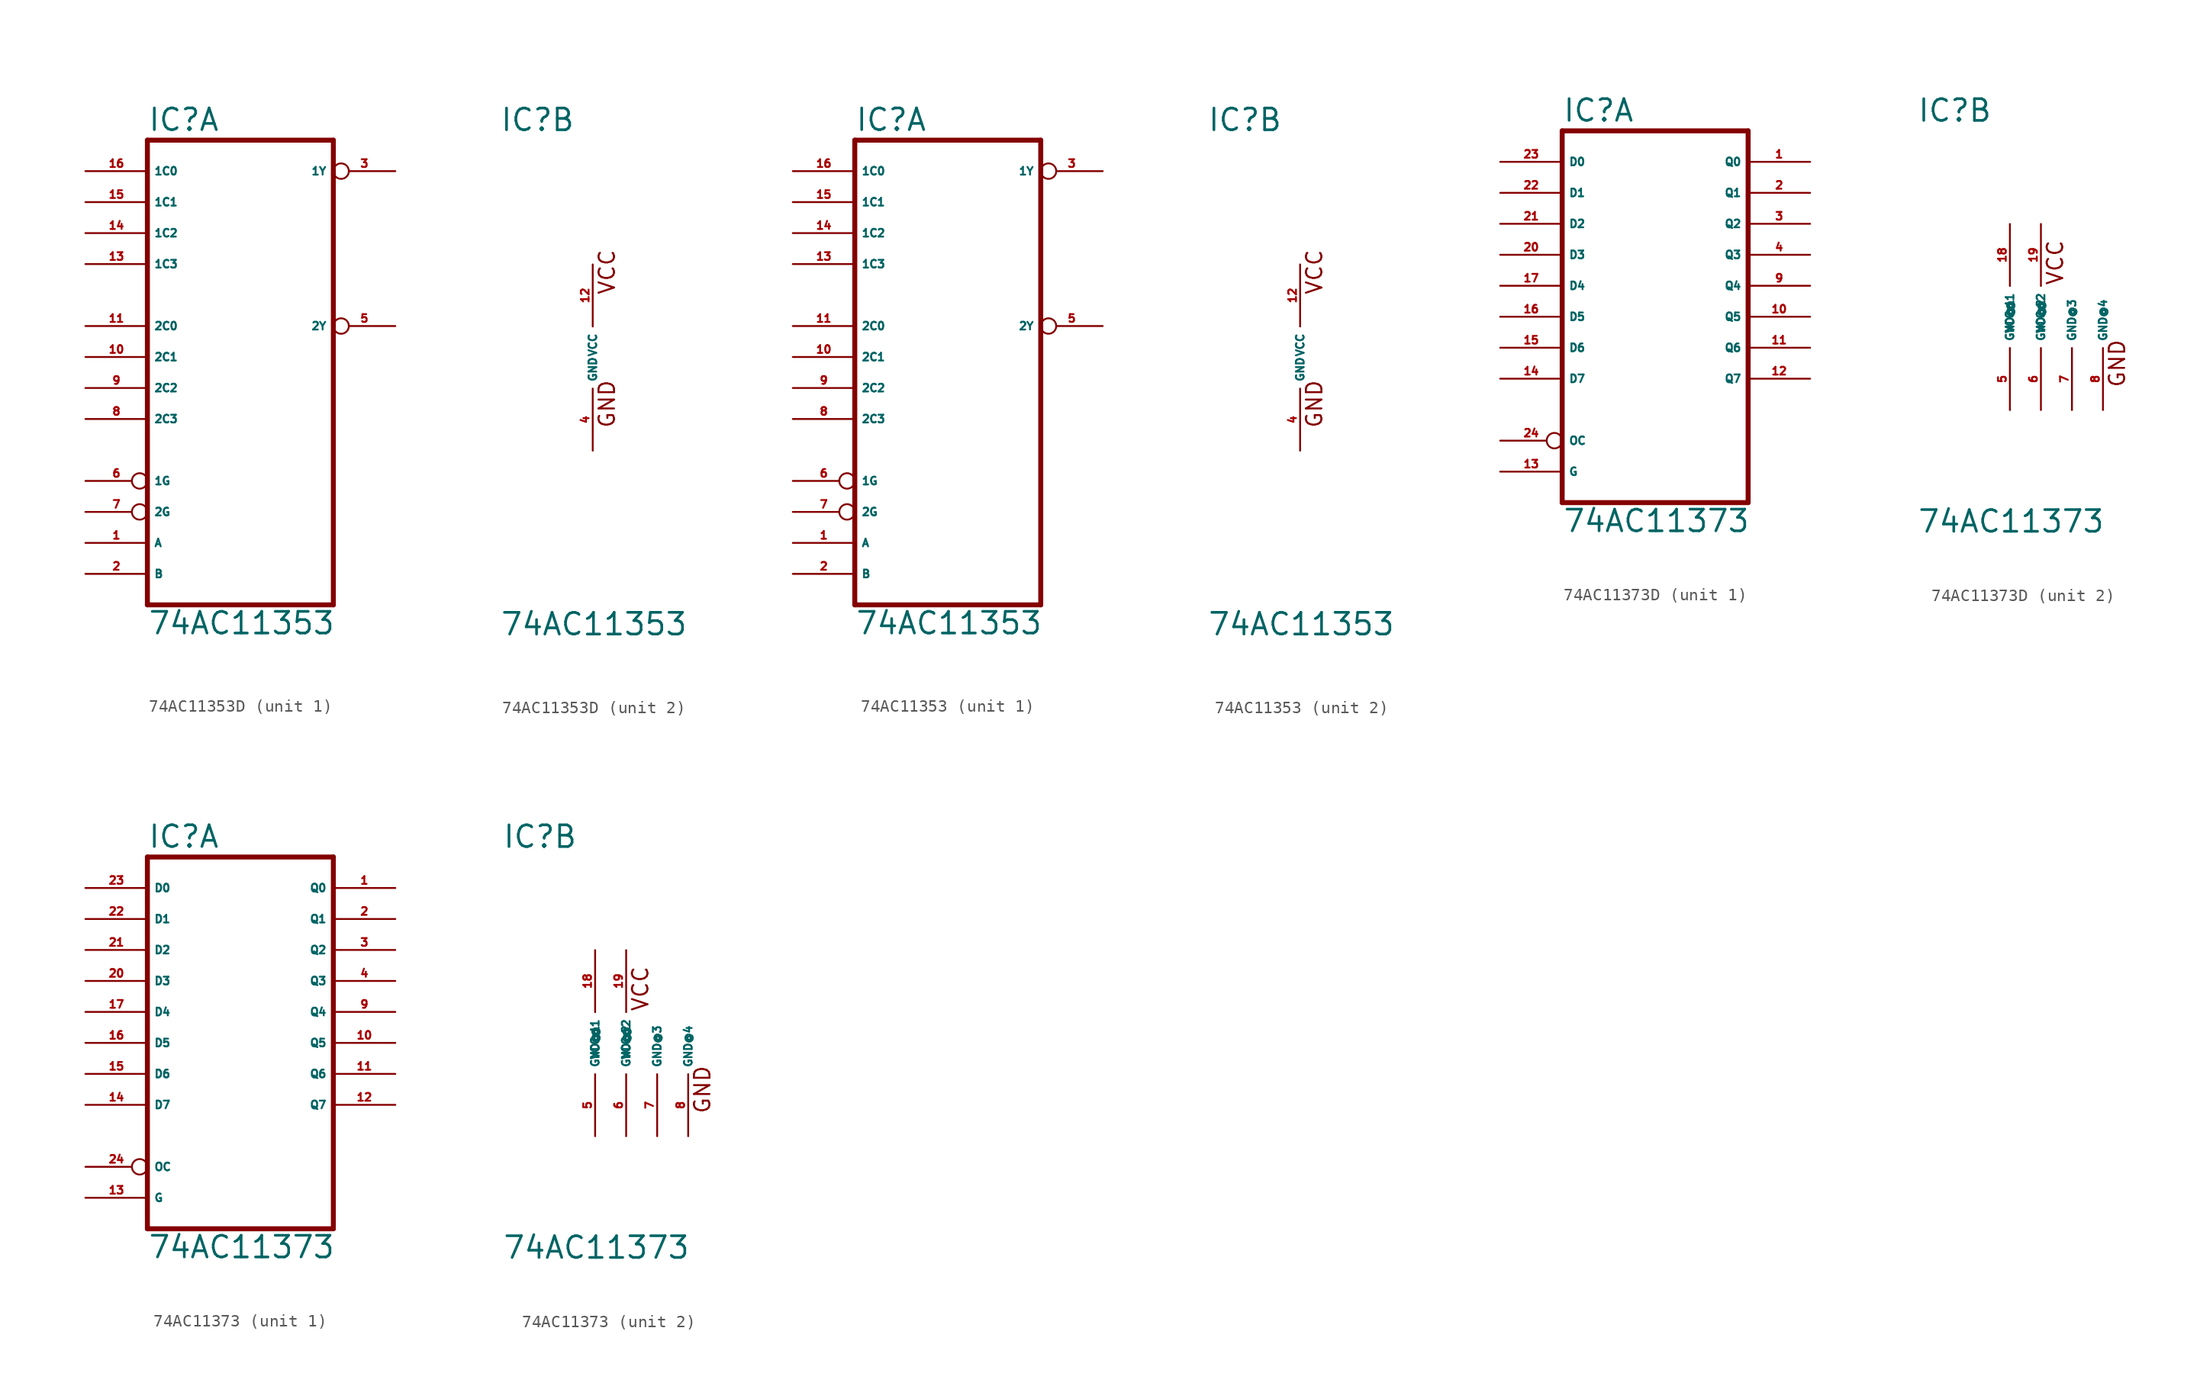
<source format=kicad_sym>
(kicad_symbol_lib
  (version 20220914)
  (generator Eagle2Kicad)
  (symbol "74AC11353D"
    (property "Reference" "IC"
      (at -7.62 18.415 0)
      (effects (font (size 1.778 1.778) (thickness 0.22)) (justify left bottom)))
    (property "Value" "74AC11353"
      (at -7.62 -22.86 0)
      (effects (font (size 1.778 1.778) (thickness 0.22)) (justify left bottom)))
    (symbol "74AC11353D_1_0"
      (polyline (pts (xy -7.62 -20.32) (xy 7.62 -20.32)) (stroke (width 0.406) (type default)) (fill (type none)))
      (polyline (pts (xy 7.62 -20.32) (xy 7.62 17.78)) (stroke (width 0.406) (type default)) (fill (type none)))
      (polyline (pts (xy 7.62 17.78) (xy -7.62 17.78)) (stroke (width 0.406) (type default)) (fill (type none)))
      (polyline (pts (xy -7.62 17.78) (xy -7.62 -20.32)) (stroke (width 0.406) (type default)) (fill (type none)))
      (pin input line (at -12.7 -15.24 0) (length 5.08) (name "A" (effects (font (size 0.635 0.635) (thickness 0.08)) (justify left bottom))) (number "1" (effects (font (size 0.635 0.635) (thickness 0.08)) (justify left bottom))))
      (pin input line (at -12.7 -17.78 0) (length 5.08) (name "B" (effects (font (size 0.635 0.635) (thickness 0.08)) (justify left bottom))) (number "2" (effects (font (size 0.635 0.635) (thickness 0.08)) (justify left bottom))))
      (pin tri_state inverted (at 12.7 15.24 180) (length 5.08) (name "1Y" (effects (font (size 0.635 0.635) (thickness 0.08)) (justify left bottom))) (number "3" (effects (font (size 0.635 0.635) (thickness 0.08)) (justify left bottom))))
      (pin tri_state inverted (at 12.7 2.54 180) (length 5.08) (name "2Y" (effects (font (size 0.635 0.635) (thickness 0.08)) (justify left bottom))) (number "5" (effects (font (size 0.635 0.635) (thickness 0.08)) (justify left bottom))))
      (pin input inverted (at -12.7 -10.16 0) (length 5.08) (name "1G" (effects (font (size 0.635 0.635) (thickness 0.08)) (justify left bottom))) (number "6" (effects (font (size 0.635 0.635) (thickness 0.08)) (justify left bottom))))
      (pin input inverted (at -12.7 -12.7 0) (length 5.08) (name "2G" (effects (font (size 0.635 0.635) (thickness 0.08)) (justify left bottom))) (number "7" (effects (font (size 0.635 0.635) (thickness 0.08)) (justify left bottom))))
      (pin input line (at -12.7 -5.08 0) (length 5.08) (name "2C3" (effects (font (size 0.635 0.635) (thickness 0.08)) (justify left bottom))) (number "8" (effects (font (size 0.635 0.635) (thickness 0.08)) (justify left bottom))))
      (pin input line (at -12.7 -2.54 0) (length 5.08) (name "2C2" (effects (font (size 0.635 0.635) (thickness 0.08)) (justify left bottom))) (number "9" (effects (font (size 0.635 0.635) (thickness 0.08)) (justify left bottom))))
      (pin input line (at -12.7 0 0) (length 5.08) (name "2C1" (effects (font (size 0.635 0.635) (thickness 0.08)) (justify left bottom))) (number "10" (effects (font (size 0.635 0.635) (thickness 0.08)) (justify left bottom))))
      (pin input line (at -12.7 2.54 0) (length 5.08) (name "2C0" (effects (font (size 0.635 0.635) (thickness 0.08)) (justify left bottom))) (number "11" (effects (font (size 0.635 0.635) (thickness 0.08)) (justify left bottom))))
      (pin input line (at -12.7 7.62 0) (length 5.08) (name "1C3" (effects (font (size 0.635 0.635) (thickness 0.08)) (justify left bottom))) (number "13" (effects (font (size 0.635 0.635) (thickness 0.08)) (justify left bottom))))
      (pin input line (at -12.7 10.16 0) (length 5.08) (name "1C2" (effects (font (size 0.635 0.635) (thickness 0.08)) (justify left bottom))) (number "14" (effects (font (size 0.635 0.635) (thickness 0.08)) (justify left bottom))))
      (pin input line (at -12.7 12.7 0) (length 5.08) (name "1C1" (effects (font (size 0.635 0.635) (thickness 0.08)) (justify left bottom))) (number "15" (effects (font (size 0.635 0.635) (thickness 0.08)) (justify left bottom))))
      (pin input line (at -12.7 15.24 0) (length 5.08) (name "1C0" (effects (font (size 0.635 0.635) (thickness 0.08)) (justify left bottom))) (number "16" (effects (font (size 0.635 0.635) (thickness 0.08)) (justify left bottom)))))
    (symbol "74AC11353D_2_0"
      (text "GND" (at 1.905 -5.842 900) (effects (font (size 1.27 1.27) (thickness 0.16)) (justify left bottom)))
      (text "VCC" (at 1.905 5.08 900) (effects (font (size 1.27 1.27) (thickness 0.16)) (justify left bottom)))
      (pin unspecified line (at 0 -7.62 90) (length 5.08) (name "GND" (effects (font (size 0.635 0.635) (thickness 0.08)) (justify left bottom))) (number "4" (effects (font (size 0.635 0.635) (thickness 0.08)) (justify left bottom))))
      (pin unspecified line (at 0 7.62 270) (length 5.08) (name "VCC" (effects (font (size 0.635 0.635) (thickness 0.08)) (justify left bottom))) (number "12" (effects (font (size 0.635 0.635) (thickness 0.08)) (justify left bottom))))))
  (symbol "74AC11353"
    (property "Reference" "IC"
      (at -7.62 18.415 0)
      (effects (font (size 1.778 1.778) (thickness 0.22)) (justify left bottom)))
    (property "Value" "74AC11353"
      (at -7.62 -22.86 0)
      (effects (font (size 1.778 1.778) (thickness 0.22)) (justify left bottom)))
    (symbol "74AC11353_1_0"
      (polyline (pts (xy -7.62 -20.32) (xy 7.62 -20.32)) (stroke (width 0.406) (type default)) (fill (type none)))
      (polyline (pts (xy 7.62 -20.32) (xy 7.62 17.78)) (stroke (width 0.406) (type default)) (fill (type none)))
      (polyline (pts (xy 7.62 17.78) (xy -7.62 17.78)) (stroke (width 0.406) (type default)) (fill (type none)))
      (polyline (pts (xy -7.62 17.78) (xy -7.62 -20.32)) (stroke (width 0.406) (type default)) (fill (type none)))
      (pin input line (at -12.7 -15.24 0) (length 5.08) (name "A" (effects (font (size 0.635 0.635) (thickness 0.08)) (justify left bottom))) (number "1" (effects (font (size 0.635 0.635) (thickness 0.08)) (justify left bottom))))
      (pin input line (at -12.7 -17.78 0) (length 5.08) (name "B" (effects (font (size 0.635 0.635) (thickness 0.08)) (justify left bottom))) (number "2" (effects (font (size 0.635 0.635) (thickness 0.08)) (justify left bottom))))
      (pin tri_state inverted (at 12.7 15.24 180) (length 5.08) (name "1Y" (effects (font (size 0.635 0.635) (thickness 0.08)) (justify left bottom))) (number "3" (effects (font (size 0.635 0.635) (thickness 0.08)) (justify left bottom))))
      (pin tri_state inverted (at 12.7 2.54 180) (length 5.08) (name "2Y" (effects (font (size 0.635 0.635) (thickness 0.08)) (justify left bottom))) (number "5" (effects (font (size 0.635 0.635) (thickness 0.08)) (justify left bottom))))
      (pin input inverted (at -12.7 -10.16 0) (length 5.08) (name "1G" (effects (font (size 0.635 0.635) (thickness 0.08)) (justify left bottom))) (number "6" (effects (font (size 0.635 0.635) (thickness 0.08)) (justify left bottom))))
      (pin input inverted (at -12.7 -12.7 0) (length 5.08) (name "2G" (effects (font (size 0.635 0.635) (thickness 0.08)) (justify left bottom))) (number "7" (effects (font (size 0.635 0.635) (thickness 0.08)) (justify left bottom))))
      (pin input line (at -12.7 -5.08 0) (length 5.08) (name "2C3" (effects (font (size 0.635 0.635) (thickness 0.08)) (justify left bottom))) (number "8" (effects (font (size 0.635 0.635) (thickness 0.08)) (justify left bottom))))
      (pin input line (at -12.7 -2.54 0) (length 5.08) (name "2C2" (effects (font (size 0.635 0.635) (thickness 0.08)) (justify left bottom))) (number "9" (effects (font (size 0.635 0.635) (thickness 0.08)) (justify left bottom))))
      (pin input line (at -12.7 0 0) (length 5.08) (name "2C1" (effects (font (size 0.635 0.635) (thickness 0.08)) (justify left bottom))) (number "10" (effects (font (size 0.635 0.635) (thickness 0.08)) (justify left bottom))))
      (pin input line (at -12.7 2.54 0) (length 5.08) (name "2C0" (effects (font (size 0.635 0.635) (thickness 0.08)) (justify left bottom))) (number "11" (effects (font (size 0.635 0.635) (thickness 0.08)) (justify left bottom))))
      (pin input line (at -12.7 7.62 0) (length 5.08) (name "1C3" (effects (font (size 0.635 0.635) (thickness 0.08)) (justify left bottom))) (number "13" (effects (font (size 0.635 0.635) (thickness 0.08)) (justify left bottom))))
      (pin input line (at -12.7 10.16 0) (length 5.08) (name "1C2" (effects (font (size 0.635 0.635) (thickness 0.08)) (justify left bottom))) (number "14" (effects (font (size 0.635 0.635) (thickness 0.08)) (justify left bottom))))
      (pin input line (at -12.7 12.7 0) (length 5.08) (name "1C1" (effects (font (size 0.635 0.635) (thickness 0.08)) (justify left bottom))) (number "15" (effects (font (size 0.635 0.635) (thickness 0.08)) (justify left bottom))))
      (pin input line (at -12.7 15.24 0) (length 5.08) (name "1C0" (effects (font (size 0.635 0.635) (thickness 0.08)) (justify left bottom))) (number "16" (effects (font (size 0.635 0.635) (thickness 0.08)) (justify left bottom)))))
    (symbol "74AC11353_2_0"
      (text "GND" (at 1.905 -5.842 900) (effects (font (size 1.27 1.27) (thickness 0.16)) (justify left bottom)))
      (text "VCC" (at 1.905 5.08 900) (effects (font (size 1.27 1.27) (thickness 0.16)) (justify left bottom)))
      (pin unspecified line (at 0 -7.62 90) (length 5.08) (name "GND" (effects (font (size 0.635 0.635) (thickness 0.08)) (justify left bottom))) (number "4" (effects (font (size 0.635 0.635) (thickness 0.08)) (justify left bottom))))
      (pin unspecified line (at 0 7.62 270) (length 5.08) (name "VCC" (effects (font (size 0.635 0.635) (thickness 0.08)) (justify left bottom))) (number "12" (effects (font (size 0.635 0.635) (thickness 0.08)) (justify left bottom))))))
  (symbol "74AC11373D"
    (property "Reference" "IC"
      (at -7.62 15.875 0)
      (effects (font (size 1.778 1.778) (thickness 0.22)) (justify left bottom)))
    (property "Value" "74AC11373"
      (at -7.62 -17.78 0)
      (effects (font (size 1.778 1.778) (thickness 0.22)) (justify left bottom)))
    (symbol "74AC11373D_1_0"
      (polyline (pts (xy -7.62 -15.24) (xy 7.62 -15.24)) (stroke (width 0.406) (type default)) (fill (type none)))
      (polyline (pts (xy 7.62 -15.24) (xy 7.62 15.24)) (stroke (width 0.406) (type default)) (fill (type none)))
      (polyline (pts (xy 7.62 15.24) (xy -7.62 15.24)) (stroke (width 0.406) (type default)) (fill (type none)))
      (polyline (pts (xy -7.62 15.24) (xy -7.62 -15.24)) (stroke (width 0.406) (type default)) (fill (type none)))
      (pin tri_state line (at 12.7 12.7 180) (length 5.08) (name "Q0" (effects (font (size 0.635 0.635) (thickness 0.08)) (justify left bottom))) (number "1" (effects (font (size 0.635 0.635) (thickness 0.08)) (justify left bottom))))
      (pin tri_state line (at 12.7 10.16 180) (length 5.08) (name "Q1" (effects (font (size 0.635 0.635) (thickness 0.08)) (justify left bottom))) (number "2" (effects (font (size 0.635 0.635) (thickness 0.08)) (justify left bottom))))
      (pin tri_state line (at 12.7 7.62 180) (length 5.08) (name "Q2" (effects (font (size 0.635 0.635) (thickness 0.08)) (justify left bottom))) (number "3" (effects (font (size 0.635 0.635) (thickness 0.08)) (justify left bottom))))
      (pin tri_state line (at 12.7 5.08 180) (length 5.08) (name "Q3" (effects (font (size 0.635 0.635) (thickness 0.08)) (justify left bottom))) (number "4" (effects (font (size 0.635 0.635) (thickness 0.08)) (justify left bottom))))
      (pin tri_state line (at 12.7 2.54 180) (length 5.08) (name "Q4" (effects (font (size 0.635 0.635) (thickness 0.08)) (justify left bottom))) (number "9" (effects (font (size 0.635 0.635) (thickness 0.08)) (justify left bottom))))
      (pin tri_state line (at 12.7 0 180) (length 5.08) (name "Q5" (effects (font (size 0.635 0.635) (thickness 0.08)) (justify left bottom))) (number "10" (effects (font (size 0.635 0.635) (thickness 0.08)) (justify left bottom))))
      (pin tri_state line (at 12.7 -2.54 180) (length 5.08) (name "Q6" (effects (font (size 0.635 0.635) (thickness 0.08)) (justify left bottom))) (number "11" (effects (font (size 0.635 0.635) (thickness 0.08)) (justify left bottom))))
      (pin tri_state line (at 12.7 -5.08 180) (length 5.08) (name "Q7" (effects (font (size 0.635 0.635) (thickness 0.08)) (justify left bottom))) (number "12" (effects (font (size 0.635 0.635) (thickness 0.08)) (justify left bottom))))
      (pin input line (at -12.7 -12.7 0) (length 5.08) (name "G" (effects (font (size 0.635 0.635) (thickness 0.08)) (justify left bottom))) (number "13" (effects (font (size 0.635 0.635) (thickness 0.08)) (justify left bottom))))
      (pin input line (at -12.7 -5.08 0) (length 5.08) (name "D7" (effects (font (size 0.635 0.635) (thickness 0.08)) (justify left bottom))) (number "14" (effects (font (size 0.635 0.635) (thickness 0.08)) (justify left bottom))))
      (pin input line (at -12.7 -2.54 0) (length 5.08) (name "D6" (effects (font (size 0.635 0.635) (thickness 0.08)) (justify left bottom))) (number "15" (effects (font (size 0.635 0.635) (thickness 0.08)) (justify left bottom))))
      (pin input line (at -12.7 0 0) (length 5.08) (name "D5" (effects (font (size 0.635 0.635) (thickness 0.08)) (justify left bottom))) (number "16" (effects (font (size 0.635 0.635) (thickness 0.08)) (justify left bottom))))
      (pin input line (at -12.7 2.54 0) (length 5.08) (name "D4" (effects (font (size 0.635 0.635) (thickness 0.08)) (justify left bottom))) (number "17" (effects (font (size 0.635 0.635) (thickness 0.08)) (justify left bottom))))
      (pin input line (at -12.7 5.08 0) (length 5.08) (name "D3" (effects (font (size 0.635 0.635) (thickness 0.08)) (justify left bottom))) (number "20" (effects (font (size 0.635 0.635) (thickness 0.08)) (justify left bottom))))
      (pin input line (at -12.7 7.62 0) (length 5.08) (name "D2" (effects (font (size 0.635 0.635) (thickness 0.08)) (justify left bottom))) (number "21" (effects (font (size 0.635 0.635) (thickness 0.08)) (justify left bottom))))
      (pin input line (at -12.7 10.16 0) (length 5.08) (name "D1" (effects (font (size 0.635 0.635) (thickness 0.08)) (justify left bottom))) (number "22" (effects (font (size 0.635 0.635) (thickness 0.08)) (justify left bottom))))
      (pin input line (at -12.7 12.7 0) (length 5.08) (name "D0" (effects (font (size 0.635 0.635) (thickness 0.08)) (justify left bottom))) (number "23" (effects (font (size 0.635 0.635) (thickness 0.08)) (justify left bottom))))
      (pin input inverted (at -12.7 -10.16 0) (length 5.08) (name "OC" (effects (font (size 0.635 0.635) (thickness 0.08)) (justify left bottom))) (number "24" (effects (font (size 0.635 0.635) (thickness 0.08)) (justify left bottom)))))
    (symbol "74AC11373D_2_0"
      (text "VCC" (at 4.445 2.54 900) (effects (font (size 1.27 1.27) (thickness 0.16)) (justify left bottom)))
      (text "GND" (at 9.525 -5.842 900) (effects (font (size 1.27 1.27) (thickness 0.16)) (justify left bottom)))
      (pin unspecified line (at 0 -7.62 90) (length 5.08) (name "GND@1" (effects (font (size 0.635 0.635) (thickness 0.08)) (justify left bottom))) (number "5" (effects (font (size 0.635 0.635) (thickness 0.08)) (justify left bottom))))
      (pin unspecified line (at 2.54 -7.62 90) (length 5.08) (name "GND@2" (effects (font (size 0.635 0.635) (thickness 0.08)) (justify left bottom))) (number "6" (effects (font (size 0.635 0.635) (thickness 0.08)) (justify left bottom))))
      (pin unspecified line (at 5.08 -7.62 90) (length 5.08) (name "GND@3" (effects (font (size 0.635 0.635) (thickness 0.08)) (justify left bottom))) (number "7" (effects (font (size 0.635 0.635) (thickness 0.08)) (justify left bottom))))
      (pin unspecified line (at 7.62 -7.62 90) (length 5.08) (name "GND@4" (effects (font (size 0.635 0.635) (thickness 0.08)) (justify left bottom))) (number "8" (effects (font (size 0.635 0.635) (thickness 0.08)) (justify left bottom))))
      (pin unspecified line (at 0 7.62 270) (length 5.08) (name "VCC@1" (effects (font (size 0.635 0.635) (thickness 0.08)) (justify left bottom))) (number "18" (effects (font (size 0.635 0.635) (thickness 0.08)) (justify left bottom))))
      (pin unspecified line (at 2.54 7.62 270) (length 5.08) (name "VCC@2" (effects (font (size 0.635 0.635) (thickness 0.08)) (justify left bottom))) (number "19" (effects (font (size 0.635 0.635) (thickness 0.08)) (justify left bottom))))))
  (symbol "74AC11373"
    (property "Reference" "IC"
      (at -7.62 15.875 0)
      (effects (font (size 1.778 1.778) (thickness 0.22)) (justify left bottom)))
    (property "Value" "74AC11373"
      (at -7.62 -17.78 0)
      (effects (font (size 1.778 1.778) (thickness 0.22)) (justify left bottom)))
    (symbol "74AC11373_1_0"
      (polyline (pts (xy -7.62 -15.24) (xy 7.62 -15.24)) (stroke (width 0.406) (type default)) (fill (type none)))
      (polyline (pts (xy 7.62 -15.24) (xy 7.62 15.24)) (stroke (width 0.406) (type default)) (fill (type none)))
      (polyline (pts (xy 7.62 15.24) (xy -7.62 15.24)) (stroke (width 0.406) (type default)) (fill (type none)))
      (polyline (pts (xy -7.62 15.24) (xy -7.62 -15.24)) (stroke (width 0.406) (type default)) (fill (type none)))
      (pin tri_state line (at 12.7 12.7 180) (length 5.08) (name "Q0" (effects (font (size 0.635 0.635) (thickness 0.08)) (justify left bottom))) (number "1" (effects (font (size 0.635 0.635) (thickness 0.08)) (justify left bottom))))
      (pin tri_state line (at 12.7 10.16 180) (length 5.08) (name "Q1" (effects (font (size 0.635 0.635) (thickness 0.08)) (justify left bottom))) (number "2" (effects (font (size 0.635 0.635) (thickness 0.08)) (justify left bottom))))
      (pin tri_state line (at 12.7 7.62 180) (length 5.08) (name "Q2" (effects (font (size 0.635 0.635) (thickness 0.08)) (justify left bottom))) (number "3" (effects (font (size 0.635 0.635) (thickness 0.08)) (justify left bottom))))
      (pin tri_state line (at 12.7 5.08 180) (length 5.08) (name "Q3" (effects (font (size 0.635 0.635) (thickness 0.08)) (justify left bottom))) (number "4" (effects (font (size 0.635 0.635) (thickness 0.08)) (justify left bottom))))
      (pin tri_state line (at 12.7 2.54 180) (length 5.08) (name "Q4" (effects (font (size 0.635 0.635) (thickness 0.08)) (justify left bottom))) (number "9" (effects (font (size 0.635 0.635) (thickness 0.08)) (justify left bottom))))
      (pin tri_state line (at 12.7 0 180) (length 5.08) (name "Q5" (effects (font (size 0.635 0.635) (thickness 0.08)) (justify left bottom))) (number "10" (effects (font (size 0.635 0.635) (thickness 0.08)) (justify left bottom))))
      (pin tri_state line (at 12.7 -2.54 180) (length 5.08) (name "Q6" (effects (font (size 0.635 0.635) (thickness 0.08)) (justify left bottom))) (number "11" (effects (font (size 0.635 0.635) (thickness 0.08)) (justify left bottom))))
      (pin tri_state line (at 12.7 -5.08 180) (length 5.08) (name "Q7" (effects (font (size 0.635 0.635) (thickness 0.08)) (justify left bottom))) (number "12" (effects (font (size 0.635 0.635) (thickness 0.08)) (justify left bottom))))
      (pin input line (at -12.7 -12.7 0) (length 5.08) (name "G" (effects (font (size 0.635 0.635) (thickness 0.08)) (justify left bottom))) (number "13" (effects (font (size 0.635 0.635) (thickness 0.08)) (justify left bottom))))
      (pin input line (at -12.7 -5.08 0) (length 5.08) (name "D7" (effects (font (size 0.635 0.635) (thickness 0.08)) (justify left bottom))) (number "14" (effects (font (size 0.635 0.635) (thickness 0.08)) (justify left bottom))))
      (pin input line (at -12.7 -2.54 0) (length 5.08) (name "D6" (effects (font (size 0.635 0.635) (thickness 0.08)) (justify left bottom))) (number "15" (effects (font (size 0.635 0.635) (thickness 0.08)) (justify left bottom))))
      (pin input line (at -12.7 0 0) (length 5.08) (name "D5" (effects (font (size 0.635 0.635) (thickness 0.08)) (justify left bottom))) (number "16" (effects (font (size 0.635 0.635) (thickness 0.08)) (justify left bottom))))
      (pin input line (at -12.7 2.54 0) (length 5.08) (name "D4" (effects (font (size 0.635 0.635) (thickness 0.08)) (justify left bottom))) (number "17" (effects (font (size 0.635 0.635) (thickness 0.08)) (justify left bottom))))
      (pin input line (at -12.7 5.08 0) (length 5.08) (name "D3" (effects (font (size 0.635 0.635) (thickness 0.08)) (justify left bottom))) (number "20" (effects (font (size 0.635 0.635) (thickness 0.08)) (justify left bottom))))
      (pin input line (at -12.7 7.62 0) (length 5.08) (name "D2" (effects (font (size 0.635 0.635) (thickness 0.08)) (justify left bottom))) (number "21" (effects (font (size 0.635 0.635) (thickness 0.08)) (justify left bottom))))
      (pin input line (at -12.7 10.16 0) (length 5.08) (name "D1" (effects (font (size 0.635 0.635) (thickness 0.08)) (justify left bottom))) (number "22" (effects (font (size 0.635 0.635) (thickness 0.08)) (justify left bottom))))
      (pin input line (at -12.7 12.7 0) (length 5.08) (name "D0" (effects (font (size 0.635 0.635) (thickness 0.08)) (justify left bottom))) (number "23" (effects (font (size 0.635 0.635) (thickness 0.08)) (justify left bottom))))
      (pin input inverted (at -12.7 -10.16 0) (length 5.08) (name "OC" (effects (font (size 0.635 0.635) (thickness 0.08)) (justify left bottom))) (number "24" (effects (font (size 0.635 0.635) (thickness 0.08)) (justify left bottom)))))
    (symbol "74AC11373_2_0"
      (text "VCC" (at 4.445 2.54 900) (effects (font (size 1.27 1.27) (thickness 0.16)) (justify left bottom)))
      (text "GND" (at 9.525 -5.842 900) (effects (font (size 1.27 1.27) (thickness 0.16)) (justify left bottom)))
      (pin unspecified line (at 0 -7.62 90) (length 5.08) (name "GND@1" (effects (font (size 0.635 0.635) (thickness 0.08)) (justify left bottom))) (number "5" (effects (font (size 0.635 0.635) (thickness 0.08)) (justify left bottom))))
      (pin unspecified line (at 2.54 -7.62 90) (length 5.08) (name "GND@2" (effects (font (size 0.635 0.635) (thickness 0.08)) (justify left bottom))) (number "6" (effects (font (size 0.635 0.635) (thickness 0.08)) (justify left bottom))))
      (pin unspecified line (at 5.08 -7.62 90) (length 5.08) (name "GND@3" (effects (font (size 0.635 0.635) (thickness 0.08)) (justify left bottom))) (number "7" (effects (font (size 0.635 0.635) (thickness 0.08)) (justify left bottom))))
      (pin unspecified line (at 7.62 -7.62 90) (length 5.08) (name "GND@4" (effects (font (size 0.635 0.635) (thickness 0.08)) (justify left bottom))) (number "8" (effects (font (size 0.635 0.635) (thickness 0.08)) (justify left bottom))))
      (pin unspecified line (at 0 7.62 270) (length 5.08) (name "VCC@1" (effects (font (size 0.635 0.635) (thickness 0.08)) (justify left bottom))) (number "18" (effects (font (size 0.635 0.635) (thickness 0.08)) (justify left bottom))))
      (pin unspecified line (at 2.54 7.62 270) (length 5.08) (name "VCC@2" (effects (font (size 0.635 0.635) (thickness 0.08)) (justify left bottom))) (number "19" (effects (font (size 0.635 0.635) (thickness 0.08)) (justify left bottom)))))))
</source>
